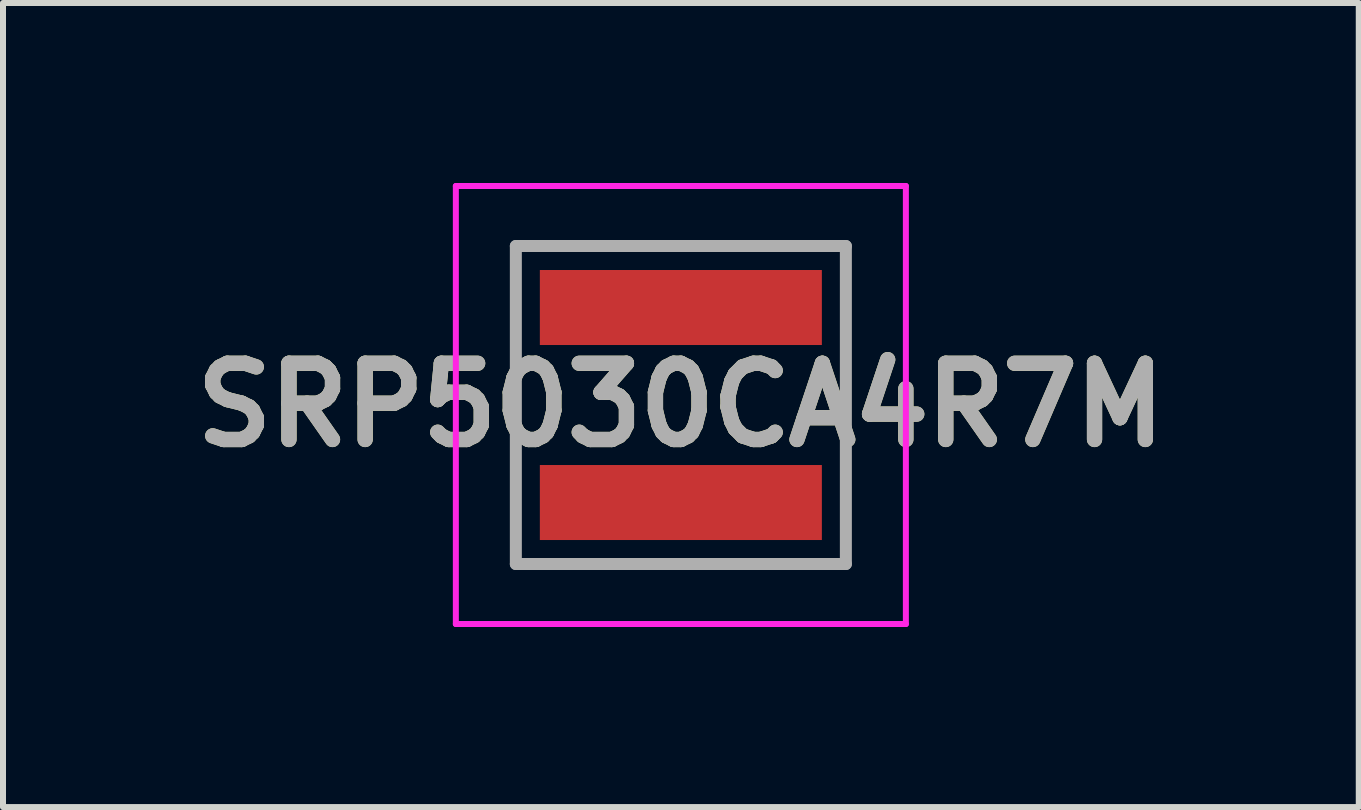
<source format=kicad_pcb>
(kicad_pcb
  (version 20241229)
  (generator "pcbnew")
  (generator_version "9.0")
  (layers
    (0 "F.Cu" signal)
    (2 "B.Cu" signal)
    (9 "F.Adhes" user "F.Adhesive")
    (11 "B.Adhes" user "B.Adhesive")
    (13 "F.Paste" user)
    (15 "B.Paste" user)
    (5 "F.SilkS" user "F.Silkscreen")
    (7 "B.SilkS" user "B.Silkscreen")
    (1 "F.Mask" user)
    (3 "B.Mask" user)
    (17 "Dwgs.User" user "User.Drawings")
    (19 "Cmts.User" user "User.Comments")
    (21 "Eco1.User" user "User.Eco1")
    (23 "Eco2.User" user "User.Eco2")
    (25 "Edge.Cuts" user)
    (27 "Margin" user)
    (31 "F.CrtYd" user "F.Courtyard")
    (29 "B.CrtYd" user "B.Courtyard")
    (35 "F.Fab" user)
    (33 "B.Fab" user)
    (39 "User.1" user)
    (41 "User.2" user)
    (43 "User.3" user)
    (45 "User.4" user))
  (footprint "SRP5030CA4R7M"
    (layer "F.Cu")
    (at 8.297 3.7)
    (property "Reference" "SRP5030CA4R7M" (at 0 0 0) (layer "F.SilkS") (effects (font (size 1.27 1.27) (thickness 0.254))))
    (attr smd)
    (fp_line (start -2.75 -2.65) (end 2.75 -2.65) (stroke (width 0.1) (type solid)) (layer "F.SilkS"))
    (fp_line (start -2.75 2.65) (end -2.75 -2.65) (stroke (width 0.1) (type solid)) (layer "F.SilkS"))
    (fp_line (start 2.75 -2.65) (end 2.75 2.65) (stroke (width 0.1) (type solid)) (layer "F.SilkS"))
    (fp_line (start 2.75 2.65) (end -2.75 2.65) (stroke (width 0.1) (type solid)) (layer "F.SilkS"))
    (fp_line (start -3.75 -3.65) (end 3.75 -3.65) (stroke (width 0.1) (type solid)) (layer "F.CrtYd"))
    (fp_line (start -3.75 3.65) (end -3.75 -3.65) (stroke (width 0.1) (type solid)) (layer "F.CrtYd"))
    (fp_line (start 3.75 -3.65) (end 3.75 3.65) (stroke (width 0.1) (type solid)) (layer "F.CrtYd"))
    (fp_line (start 3.75 3.65) (end -3.75 3.65) (stroke (width 0.1) (type solid)) (layer "F.CrtYd"))
    (fp_line (start -2.75 -2.65) (end 2.75 -2.65) (stroke (width 0.2) (type solid)) (layer "F.Fab"))
    (fp_line (start -2.75 2.65) (end -2.75 -2.65) (stroke (width 0.2) (type solid)) (layer "F.Fab"))
    (fp_line (start 2.75 -2.65) (end 2.75 2.65) (stroke (width 0.2) (type solid)) (layer "F.Fab"))
    (fp_line (start 2.75 2.65) (end -2.75 2.65) (stroke (width 0.2) (type solid)) (layer "F.Fab"))
    (fp_text user "${REFERENCE}" (at 0 0 0) (layer "F.Fab") (effects (font (size 1.27 1.27) (thickness 0.254))))
    (pad "1" smd rect (at 0 -1.625 90) (size 1.25 4.7) (layers "F.Cu" "F.Mask" "F.Paste"))
    (pad "2" smd rect (at 0 1.625 90) (size 1.25 4.7) (layers "F.Cu" "F.Mask" "F.Paste")))
  (gr_rect
    (start -3 -3)
    (end 19.595 10.4)
    (stroke (width 0.1) (type default))
    (fill no)
    (layer "Edge.Cuts")))
</source>
